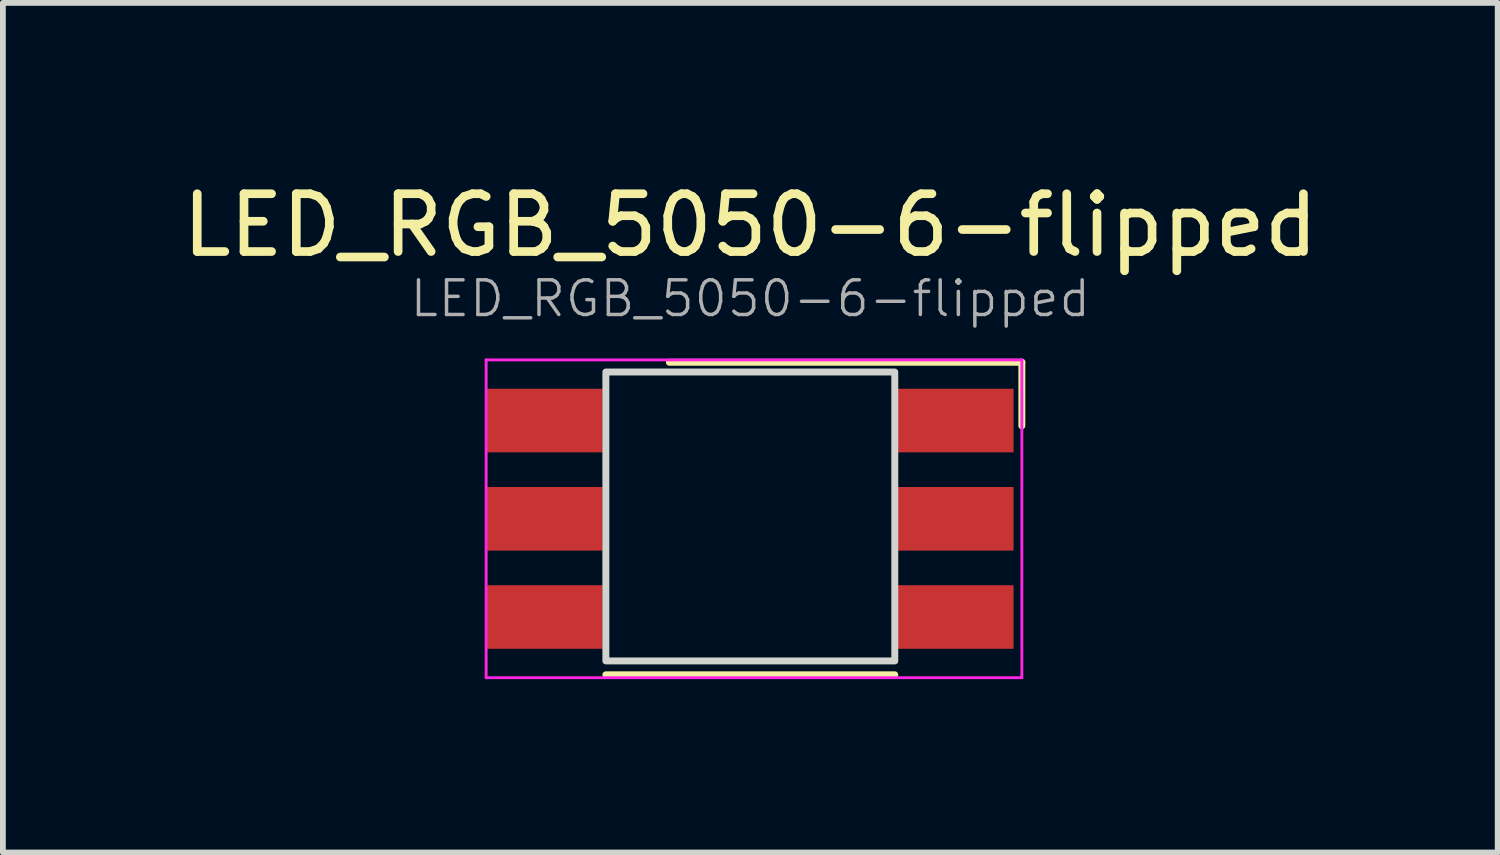
<source format=kicad_pcb>
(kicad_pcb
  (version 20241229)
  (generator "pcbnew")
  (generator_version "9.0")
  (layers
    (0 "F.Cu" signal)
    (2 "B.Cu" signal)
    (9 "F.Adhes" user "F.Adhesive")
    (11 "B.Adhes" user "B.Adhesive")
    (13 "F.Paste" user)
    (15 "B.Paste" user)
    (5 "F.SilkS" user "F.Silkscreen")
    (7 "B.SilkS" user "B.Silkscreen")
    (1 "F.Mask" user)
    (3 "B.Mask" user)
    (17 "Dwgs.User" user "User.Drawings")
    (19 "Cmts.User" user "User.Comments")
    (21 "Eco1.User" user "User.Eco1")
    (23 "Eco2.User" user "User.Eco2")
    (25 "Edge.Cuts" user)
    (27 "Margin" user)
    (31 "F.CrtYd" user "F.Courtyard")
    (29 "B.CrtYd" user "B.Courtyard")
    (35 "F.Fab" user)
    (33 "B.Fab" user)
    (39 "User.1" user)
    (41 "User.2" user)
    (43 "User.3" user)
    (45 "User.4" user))
  (footprint "LED_RGB_5050-6-flipped"
    (layer "F.Cu")
    (at 9.935 5.928)
    (property "Reference" "LED_RGB_5050-6-flipped" (at 0 -5.08 180) (layer "F.SilkS") (effects (font (size 1 1) (thickness 0.15))))
    (attr smd)
    (fp_line (start -1.401 -2.709) (end 4.699 -2.709) (stroke (width 0.12) (type solid)) (layer "F.SilkS"))
    (fp_line (start 2.5 2.7) (end -2.5 2.7) (stroke (width 0.12) (type solid)) (layer "F.SilkS"))
    (fp_line (start 4.699 -1.609) (end 4.699 -2.709) (stroke (width 0.12) (type solid)) (layer "F.SilkS"))
    (fp_rect (start -2.5 -2.54) (end 2.5 2.46) (stroke (width 0.12) (type solid)) (fill no) (layer "Edge.Cuts"))
    (fp_line (start -4.572 -2.75) (end -4.572 2.75) (stroke (width 0.05) (type solid)) (layer "F.CrtYd"))
    (fp_line (start -4.572 2.75) (end 4.699 2.75) (stroke (width 0.05) (type solid)) (layer "F.CrtYd"))
    (fp_line (start 4.699 -2.75) (end -4.572 -2.75) (stroke (width 0.05) (type solid)) (layer "F.CrtYd"))
    (fp_line (start 4.699 2.75) (end 4.699 -2.75) (stroke (width 0.05) (type solid)) (layer "F.CrtYd"))
    (fp_text user "${REFERENCE}" (at 0 -3.81 0) (layer "F.Fab") (effects (font (size 0.6 0.6) (thickness 0.06))))
    (pad "1" smd rect (at 3.556 -1.7 270) (size 1.1 2) (layers "F.Cu" "F.Mask" "F.Paste"))
    (pad "2" smd rect (at 3.556 0 270) (size 1.1 2) (layers "F.Cu" "F.Mask" "F.Paste"))
    (pad "3" smd rect (at 3.556 1.7 270) (size 1.1 2) (layers "F.Cu" "F.Mask" "F.Paste"))
    (pad "4" smd rect (at -3.556 1.7 270) (size 1.1 2) (layers "F.Cu" "F.Mask" "F.Paste"))
    (pad "5" smd rect (at -3.556 0 270) (size 1.1 2) (layers "F.Cu" "F.Mask" "F.Paste"))
    (pad "6" smd rect (at -3.556 -1.7 270) (size 1.1 2) (layers "F.Cu" "F.Mask" "F.Paste")))
  (gr_rect
    (start -3 -3)
    (end 22.869 11.703)
    (stroke (width 0.1) (type default))
    (fill no)
    (layer "Edge.Cuts")))
</source>
